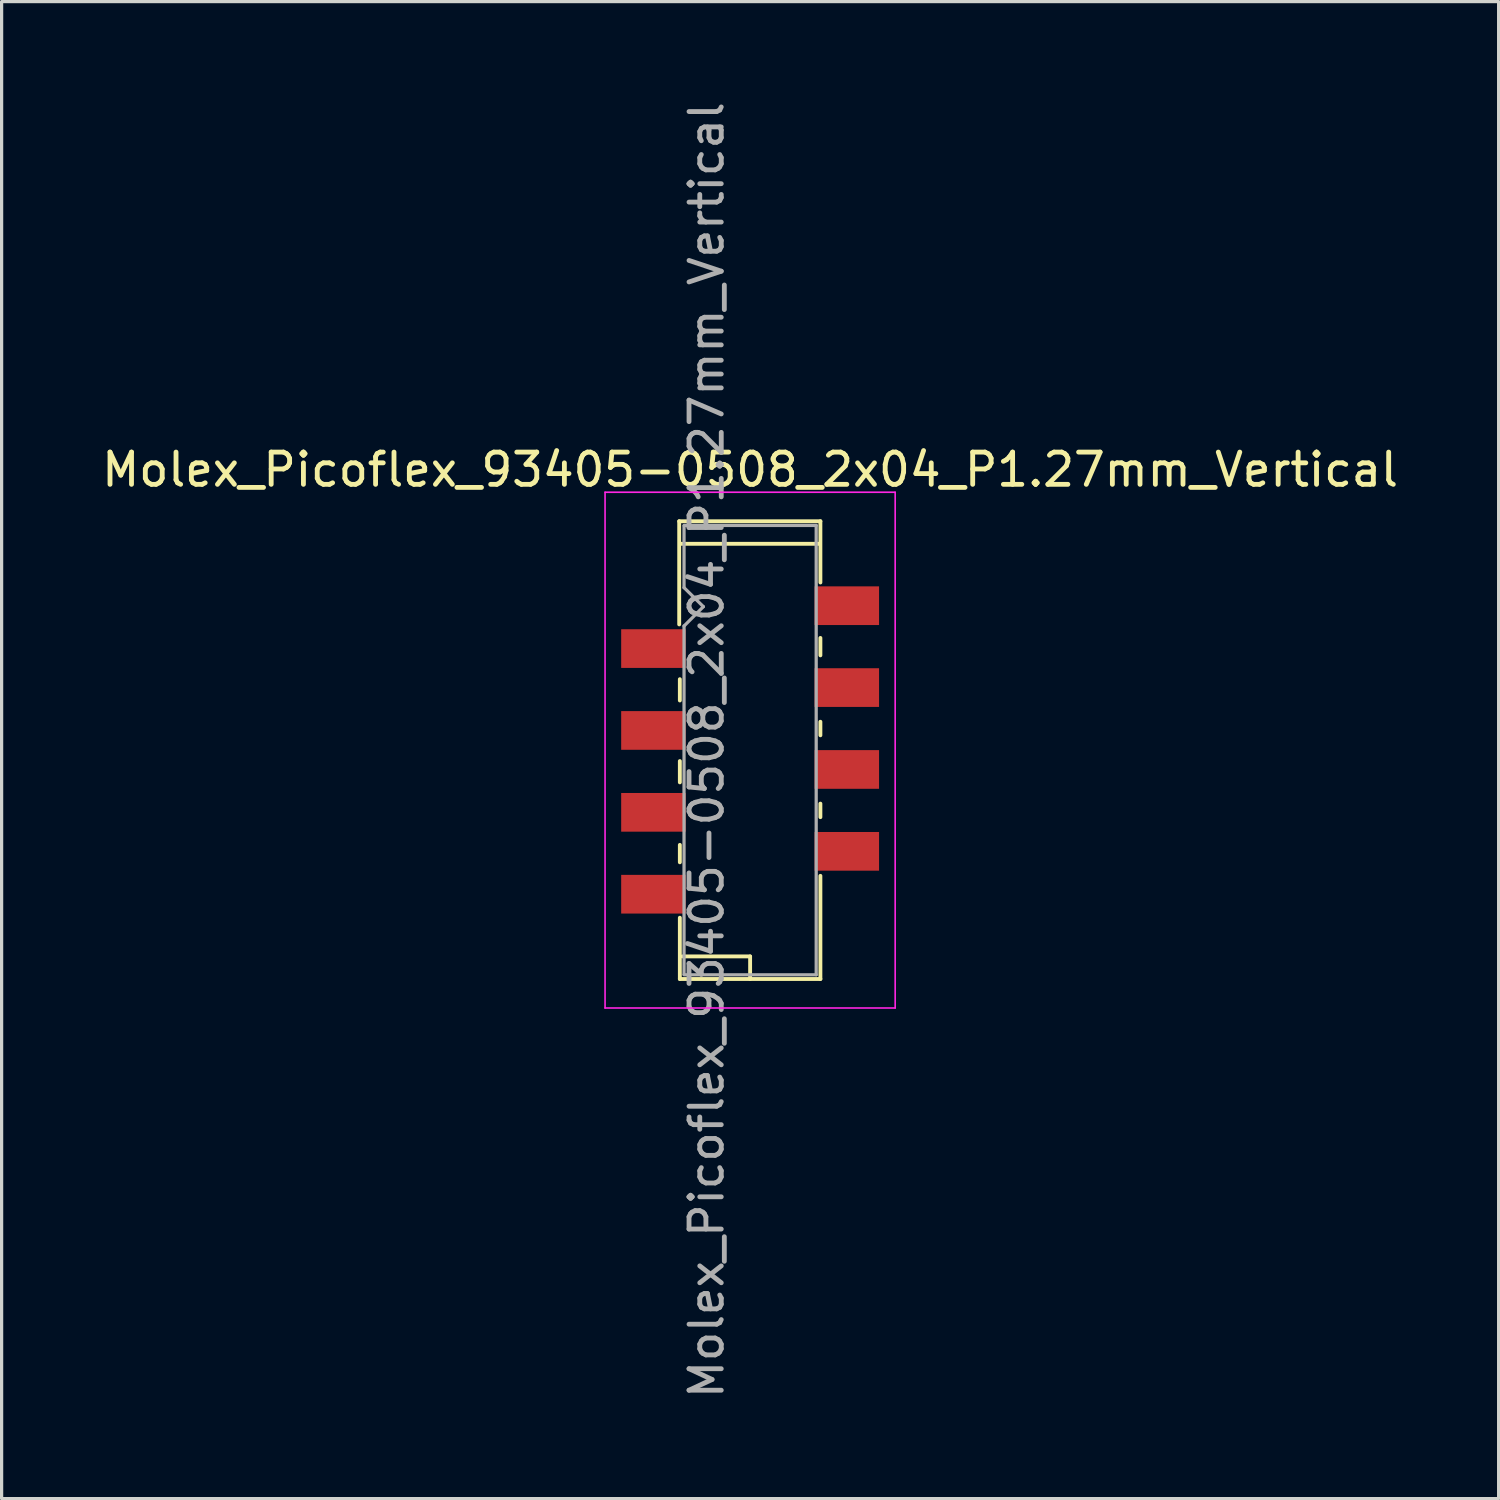
<source format=kicad_pcb>
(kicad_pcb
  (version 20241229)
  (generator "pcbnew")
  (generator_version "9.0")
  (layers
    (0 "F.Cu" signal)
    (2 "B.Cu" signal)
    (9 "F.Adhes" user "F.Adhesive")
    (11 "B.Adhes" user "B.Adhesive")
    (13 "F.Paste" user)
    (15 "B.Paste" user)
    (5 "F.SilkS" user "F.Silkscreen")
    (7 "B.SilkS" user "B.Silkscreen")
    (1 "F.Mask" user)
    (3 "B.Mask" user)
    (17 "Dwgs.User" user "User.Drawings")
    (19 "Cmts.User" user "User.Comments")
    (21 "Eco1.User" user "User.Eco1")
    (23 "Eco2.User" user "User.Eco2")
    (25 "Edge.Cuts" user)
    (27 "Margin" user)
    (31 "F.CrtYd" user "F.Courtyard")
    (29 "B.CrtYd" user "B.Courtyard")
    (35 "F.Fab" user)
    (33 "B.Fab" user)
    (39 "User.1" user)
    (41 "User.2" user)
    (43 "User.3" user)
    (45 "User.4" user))
  (footprint "Molex_Picoflex_93405-0508_2x04_P1.27mm_Vertical"
    (layer "F.Cu")
    (at 20.22 20.22)
    (property "Reference" "Molex_Picoflex_93405-0508_2x04_P1.27mm_Vertical" (at 0 -8.7 0) (layer "F.SilkS") (effects (font (size 1 1) (thickness 0.15))))
    (attr smd)
    (fp_line (start -2.2 -7.1) (end -2.2 -3.9) (stroke (width 0.12) (type solid)) (layer "F.SilkS"))
    (fp_line (start -2.18 -1.54) (end -2.18 -2.2) (stroke (width 0.12) (type solid)) (layer "F.SilkS"))
    (fp_line (start -2.18 1) (end -2.18 0.34) (stroke (width 0.12) (type solid)) (layer "F.SilkS"))
    (fp_line (start -2.18 3.48) (end -2.18 2.94) (stroke (width 0.12) (type solid)) (layer "F.SilkS"))
    (fp_line (start -2.18 7.1) (end -2.18 5.2) (stroke (width 0.12) (type solid)) (layer "F.SilkS"))
    (fp_line (start -2.15 -6.4) (end 2.15 -6.4) (stroke (width 0.12) (type solid)) (layer "F.SilkS"))
    (fp_line (start 0 6.4) (end -2.1 6.4) (stroke (width 0.12) (type solid)) (layer "F.SilkS"))
    (fp_line (start 0 6.4) (end 0 7.1) (stroke (width 0.12) (type solid)) (layer "F.SilkS"))
    (fp_line (start 2.18 -7.1) (end -2.2 -7.1) (stroke (width 0.12) (type solid)) (layer "F.SilkS"))
    (fp_line (start 2.18 -7.1) (end 2.18 -5.2) (stroke (width 0.12) (type solid)) (layer "F.SilkS"))
    (fp_line (start 2.18 -3.48) (end 2.18 -2.94) (stroke (width 0.12) (type solid)) (layer "F.SilkS"))
    (fp_line (start 2.18 -0.88) (end 2.18 -0.46) (stroke (width 0.12) (type solid)) (layer "F.SilkS"))
    (fp_line (start 2.18 1.66) (end 2.18 2.08) (stroke (width 0.12) (type solid)) (layer "F.SilkS"))
    (fp_line (start 2.18 3.9) (end 2.18 7.1) (stroke (width 0.12) (type solid)) (layer "F.SilkS"))
    (fp_line (start 2.18 7.1) (end -2.18 7.1) (stroke (width 0.12) (type solid)) (layer "F.SilkS"))
    (fp_line (start -4.5 -8) (end -4.5 8) (stroke (width 0.05) (type solid)) (layer "F.CrtYd"))
    (fp_line (start -4.5 8) (end 4.5 8) (stroke (width 0.05) (type solid)) (layer "F.CrtYd"))
    (fp_line (start 4.5 -8) (end -4.5 -8) (stroke (width 0.05) (type solid)) (layer "F.CrtYd"))
    (fp_line (start 4.5 8) (end 4.5 -8) (stroke (width 0.05) (type solid)) (layer "F.CrtYd"))
    (fp_line (start -2.05 -5.04) (end -2.05 -6.95) (stroke (width 0.1) (type solid)) (layer "F.Fab"))
    (fp_line (start -2.05 -3.85) (end -1.45 -4.45) (stroke (width 0.1) (type solid)) (layer "F.Fab"))
    (fp_line (start -2.05 6.95) (end -2.05 -3.85) (stroke (width 0.1) (type solid)) (layer "F.Fab"))
    (fp_line (start -1.45 -4.45) (end -2.05 -5.04) (stroke (width 0.1) (type solid)) (layer "F.Fab"))
    (fp_line (start 2.05 -6.97) (end -2.05 -6.97) (stroke (width 0.1) (type solid)) (layer "F.Fab"))
    (fp_line (start 2.05 -6.97) (end 2.05 6.97) (stroke (width 0.1) (type solid)) (layer "F.Fab"))
    (fp_line (start 2.05 6.97) (end -2.05 6.97) (stroke (width 0.1) (type solid)) (layer "F.Fab"))
    (fp_text user "${REFERENCE}" (at -1.35 0 90) (layer "F.Fab") (effects (font (size 1 1) (thickness 0.15))))
    (pad "1" smd rect (at -3 -3.15) (size 2 1.2) (layers "F.Cu" "F.Mask" "F.Paste"))
    (pad "2" smd rect (at 3 -4.48) (size 2 1.2) (layers "F.Cu" "F.Mask" "F.Paste"))
    (pad "3" smd rect (at -3 -0.61) (size 2 1.2) (layers "F.Cu" "F.Mask" "F.Paste"))
    (pad "4" smd rect (at 3 -1.94) (size 2 1.2) (layers "F.Cu" "F.Mask" "F.Paste"))
    (pad "5" smd rect (at -3 1.93) (size 2 1.2) (layers "F.Cu" "F.Mask" "F.Paste"))
    (pad "6" smd rect (at 3 0.6) (size 2 1.2) (layers "F.Cu" "F.Mask" "F.Paste"))
    (pad "7" smd rect (at -3 4.47) (size 2 1.2) (layers "F.Cu" "F.Mask" "F.Paste"))
    (pad "8" smd rect (at 3 3.14) (size 2 1.2) (layers "F.Cu" "F.Mask" "F.Paste")))
  (gr_rect
    (start -3 -3)
    (end 43.44 43.44)
    (stroke (width 0.1) (type default))
    (fill no)
    (layer "Edge.Cuts")))
</source>
